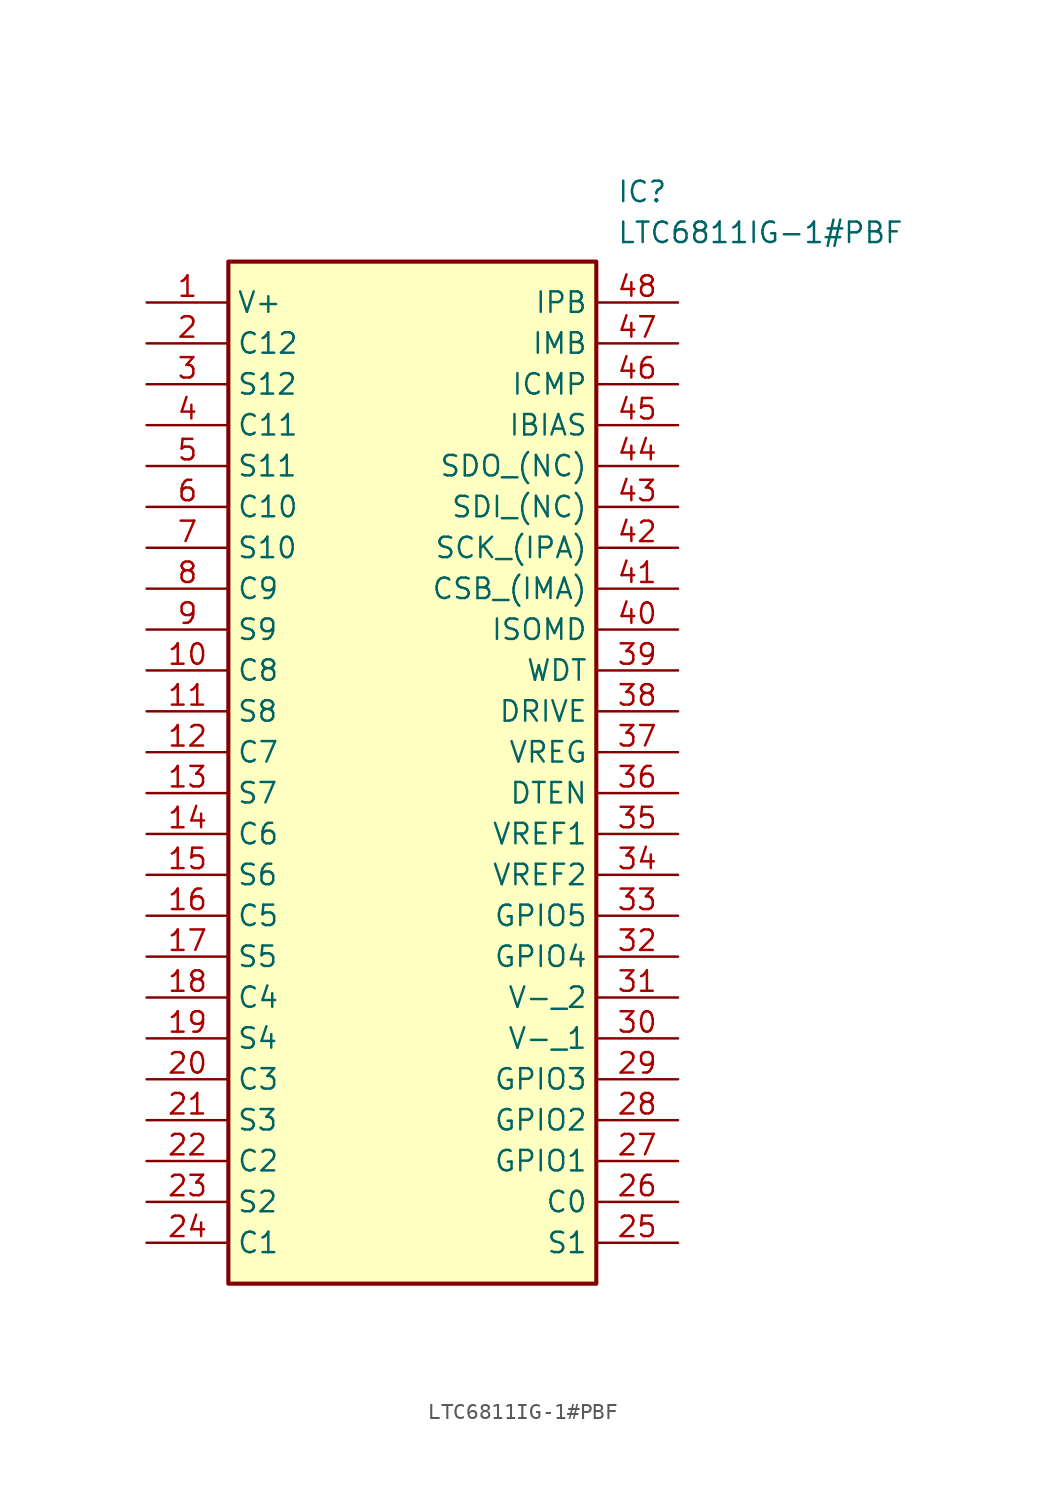
<source format=kicad_sym>
(kicad_symbol_lib
  (version 20211014)
  (generator SamacSys_ECAD_Model)
  (symbol "LTC6811IG-1#PBF"
    (property "Reference" "IC"
      (at 29.21 7.62 0)
      (effects (font (size 1.27 1.27)) (justify left top)))
    (property "Value" "LTC6811IG-1#PBF"
      (at 29.21 5.08 0)
      (effects (font (size 1.27 1.27)) (justify left top)))
    (rectangle
      (start 5.08 2.54)
      (end 27.94 -60.96)
      (stroke (width 0.254) (type default))
      (fill (type background)))
    (pin passive line
      (at 0 0 0)
      (length 5.08)
      (name "V+" (effects (font (size 1.27 1.27))))
      (number "1" (effects (font (size 1.27 1.27)))))
    (pin passive line
      (at 0 -2.54 0)
      (length 5.08)
      (name "C12" (effects (font (size 1.27 1.27))))
      (number "2" (effects (font (size 1.27 1.27)))))
    (pin passive line
      (at 0 -5.08 0)
      (length 5.08)
      (name "S12" (effects (font (size 1.27 1.27))))
      (number "3" (effects (font (size 1.27 1.27)))))
    (pin passive line
      (at 0 -7.62 0)
      (length 5.08)
      (name "C11" (effects (font (size 1.27 1.27))))
      (number "4" (effects (font (size 1.27 1.27)))))
    (pin passive line
      (at 0 -10.16 0)
      (length 5.08)
      (name "S11" (effects (font (size 1.27 1.27))))
      (number "5" (effects (font (size 1.27 1.27)))))
    (pin passive line
      (at 0 -12.7 0)
      (length 5.08)
      (name "C10" (effects (font (size 1.27 1.27))))
      (number "6" (effects (font (size 1.27 1.27)))))
    (pin passive line
      (at 0 -15.24 0)
      (length 5.08)
      (name "S10" (effects (font (size 1.27 1.27))))
      (number "7" (effects (font (size 1.27 1.27)))))
    (pin passive line
      (at 0 -17.78 0)
      (length 5.08)
      (name "C9" (effects (font (size 1.27 1.27))))
      (number "8" (effects (font (size 1.27 1.27)))))
    (pin passive line
      (at 0 -20.32 0)
      (length 5.08)
      (name "S9" (effects (font (size 1.27 1.27))))
      (number "9" (effects (font (size 1.27 1.27)))))
    (pin passive line
      (at 0 -22.86 0)
      (length 5.08)
      (name "C8" (effects (font (size 1.27 1.27))))
      (number "10" (effects (font (size 1.27 1.27)))))
    (pin passive line
      (at 0 -25.4 0)
      (length 5.08)
      (name "S8" (effects (font (size 1.27 1.27))))
      (number "11" (effects (font (size 1.27 1.27)))))
    (pin passive line
      (at 0 -27.94 0)
      (length 5.08)
      (name "C7" (effects (font (size 1.27 1.27))))
      (number "12" (effects (font (size 1.27 1.27)))))
    (pin passive line
      (at 0 -30.48 0)
      (length 5.08)
      (name "S7" (effects (font (size 1.27 1.27))))
      (number "13" (effects (font (size 1.27 1.27)))))
    (pin passive line
      (at 0 -33.02 0)
      (length 5.08)
      (name "C6" (effects (font (size 1.27 1.27))))
      (number "14" (effects (font (size 1.27 1.27)))))
    (pin passive line
      (at 0 -35.56 0)
      (length 5.08)
      (name "S6" (effects (font (size 1.27 1.27))))
      (number "15" (effects (font (size 1.27 1.27)))))
    (pin passive line
      (at 0 -38.1 0)
      (length 5.08)
      (name "C5" (effects (font (size 1.27 1.27))))
      (number "16" (effects (font (size 1.27 1.27)))))
    (pin passive line
      (at 0 -40.64 0)
      (length 5.08)
      (name "S5" (effects (font (size 1.27 1.27))))
      (number "17" (effects (font (size 1.27 1.27)))))
    (pin passive line
      (at 0 -43.18 0)
      (length 5.08)
      (name "C4" (effects (font (size 1.27 1.27))))
      (number "18" (effects (font (size 1.27 1.27)))))
    (pin passive line
      (at 0 -45.72 0)
      (length 5.08)
      (name "S4" (effects (font (size 1.27 1.27))))
      (number "19" (effects (font (size 1.27 1.27)))))
    (pin passive line
      (at 0 -48.26 0)
      (length 5.08)
      (name "C3" (effects (font (size 1.27 1.27))))
      (number "20" (effects (font (size 1.27 1.27)))))
    (pin passive line
      (at 0 -50.8 0)
      (length 5.08)
      (name "S3" (effects (font (size 1.27 1.27))))
      (number "21" (effects (font (size 1.27 1.27)))))
    (pin passive line
      (at 0 -53.34 0)
      (length 5.08)
      (name "C2" (effects (font (size 1.27 1.27))))
      (number "22" (effects (font (size 1.27 1.27)))))
    (pin passive line
      (at 0 -55.88 0)
      (length 5.08)
      (name "S2" (effects (font (size 1.27 1.27))))
      (number "23" (effects (font (size 1.27 1.27)))))
    (pin passive line
      (at 0 -58.42 0)
      (length 5.08)
      (name "C1" (effects (font (size 1.27 1.27))))
      (number "24" (effects (font (size 1.27 1.27)))))
    (pin passive line
      (at 33.02 0 180)
      (length 5.08)
      (name "IPB" (effects (font (size 1.27 1.27))))
      (number "48" (effects (font (size 1.27 1.27)))))
    (pin passive line
      (at 33.02 -2.54 180)
      (length 5.08)
      (name "IMB" (effects (font (size 1.27 1.27))))
      (number "47" (effects (font (size 1.27 1.27)))))
    (pin passive line
      (at 33.02 -5.08 180)
      (length 5.08)
      (name "ICMP" (effects (font (size 1.27 1.27))))
      (number "46" (effects (font (size 1.27 1.27)))))
    (pin passive line
      (at 33.02 -7.62 180)
      (length 5.08)
      (name "IBIAS" (effects (font (size 1.27 1.27))))
      (number "45" (effects (font (size 1.27 1.27)))))
    (pin passive line
      (at 33.02 -10.16 180)
      (length 5.08)
      (name "SDO_(NC)" (effects (font (size 1.27 1.27))))
      (number "44" (effects (font (size 1.27 1.27)))))
    (pin passive line
      (at 33.02 -12.7 180)
      (length 5.08)
      (name "SDI_(NC)" (effects (font (size 1.27 1.27))))
      (number "43" (effects (font (size 1.27 1.27)))))
    (pin passive line
      (at 33.02 -15.24 180)
      (length 5.08)
      (name "SCK_(IPA)" (effects (font (size 1.27 1.27))))
      (number "42" (effects (font (size 1.27 1.27)))))
    (pin passive line
      (at 33.02 -17.78 180)
      (length 5.08)
      (name "CSB_(IMA)" (effects (font (size 1.27 1.27))))
      (number "41" (effects (font (size 1.27 1.27)))))
    (pin passive line
      (at 33.02 -20.32 180)
      (length 5.08)
      (name "ISOMD" (effects (font (size 1.27 1.27))))
      (number "40" (effects (font (size 1.27 1.27)))))
    (pin passive line
      (at 33.02 -22.86 180)
      (length 5.08)
      (name "WDT" (effects (font (size 1.27 1.27))))
      (number "39" (effects (font (size 1.27 1.27)))))
    (pin passive line
      (at 33.02 -25.4 180)
      (length 5.08)
      (name "DRIVE" (effects (font (size 1.27 1.27))))
      (number "38" (effects (font (size 1.27 1.27)))))
    (pin passive line
      (at 33.02 -27.94 180)
      (length 5.08)
      (name "VREG" (effects (font (size 1.27 1.27))))
      (number "37" (effects (font (size 1.27 1.27)))))
    (pin passive line
      (at 33.02 -30.48 180)
      (length 5.08)
      (name "DTEN" (effects (font (size 1.27 1.27))))
      (number "36" (effects (font (size 1.27 1.27)))))
    (pin passive line
      (at 33.02 -33.02 180)
      (length 5.08)
      (name "VREF1" (effects (font (size 1.27 1.27))))
      (number "35" (effects (font (size 1.27 1.27)))))
    (pin passive line
      (at 33.02 -35.56 180)
      (length 5.08)
      (name "VREF2" (effects (font (size 1.27 1.27))))
      (number "34" (effects (font (size 1.27 1.27)))))
    (pin passive line
      (at 33.02 -38.1 180)
      (length 5.08)
      (name "GPIO5" (effects (font (size 1.27 1.27))))
      (number "33" (effects (font (size 1.27 1.27)))))
    (pin passive line
      (at 33.02 -40.64 180)
      (length 5.08)
      (name "GPIO4" (effects (font (size 1.27 1.27))))
      (number "32" (effects (font (size 1.27 1.27)))))
    (pin passive line
      (at 33.02 -43.18 180)
      (length 5.08)
      (name "V-_2" (effects (font (size 1.27 1.27))))
      (number "31" (effects (font (size 1.27 1.27)))))
    (pin passive line
      (at 33.02 -45.72 180)
      (length 5.08)
      (name "V-_1" (effects (font (size 1.27 1.27))))
      (number "30" (effects (font (size 1.27 1.27)))))
    (pin passive line
      (at 33.02 -48.26 180)
      (length 5.08)
      (name "GPIO3" (effects (font (size 1.27 1.27))))
      (number "29" (effects (font (size 1.27 1.27)))))
    (pin passive line
      (at 33.02 -50.8 180)
      (length 5.08)
      (name "GPIO2" (effects (font (size 1.27 1.27))))
      (number "28" (effects (font (size 1.27 1.27)))))
    (pin passive line
      (at 33.02 -53.34 180)
      (length 5.08)
      (name "GPIO1" (effects (font (size 1.27 1.27))))
      (number "27" (effects (font (size 1.27 1.27)))))
    (pin passive line
      (at 33.02 -55.88 180)
      (length 5.08)
      (name "C0" (effects (font (size 1.27 1.27))))
      (number "26" (effects (font (size 1.27 1.27)))))
    (pin passive line
      (at 33.02 -58.42 180)
      (length 5.08)
      (name "S1" (effects (font (size 1.27 1.27))))
      (number "25" (effects (font (size 1.27 1.27)))))))
</source>
